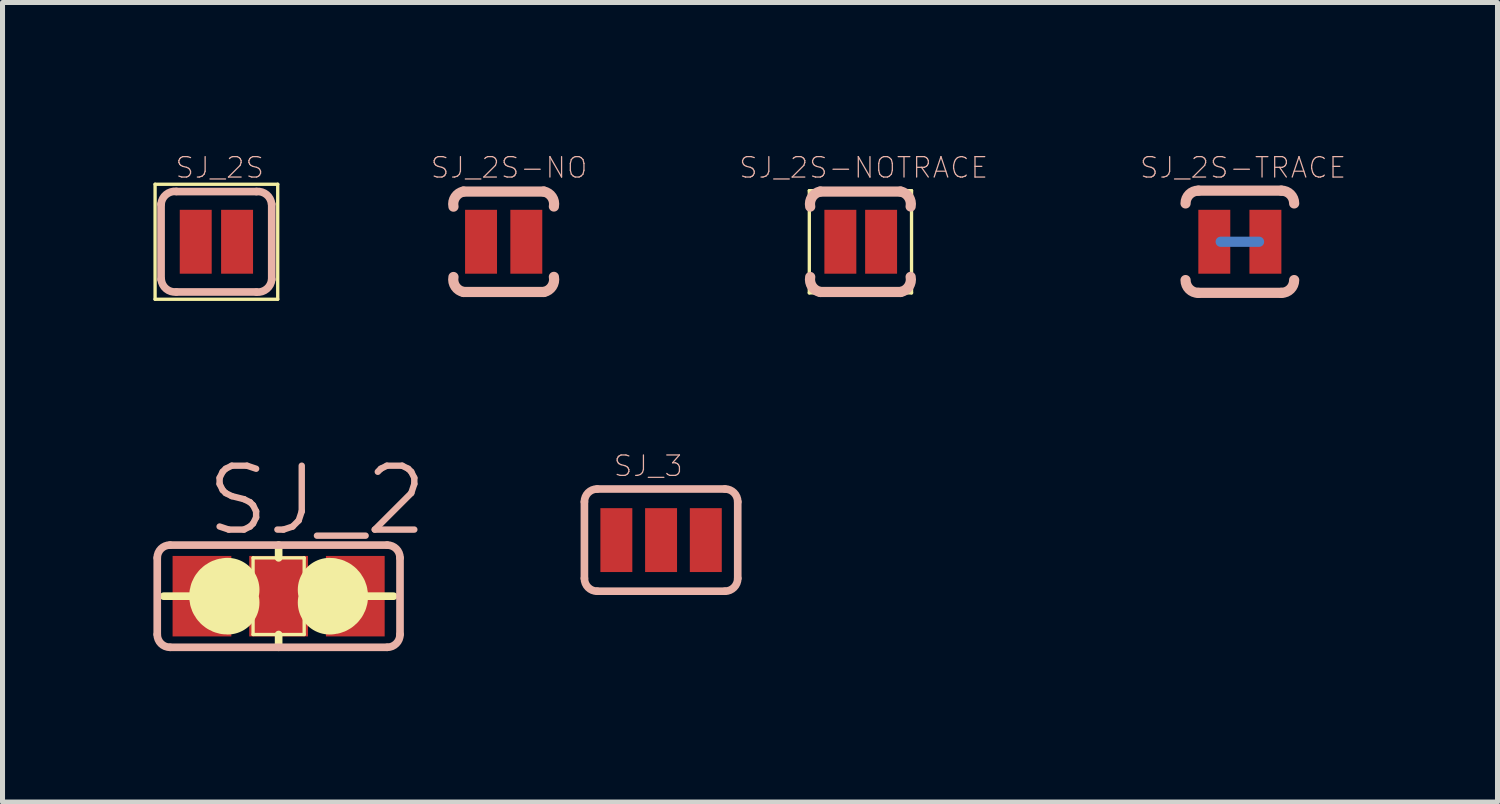
<source format=kicad_pcb>
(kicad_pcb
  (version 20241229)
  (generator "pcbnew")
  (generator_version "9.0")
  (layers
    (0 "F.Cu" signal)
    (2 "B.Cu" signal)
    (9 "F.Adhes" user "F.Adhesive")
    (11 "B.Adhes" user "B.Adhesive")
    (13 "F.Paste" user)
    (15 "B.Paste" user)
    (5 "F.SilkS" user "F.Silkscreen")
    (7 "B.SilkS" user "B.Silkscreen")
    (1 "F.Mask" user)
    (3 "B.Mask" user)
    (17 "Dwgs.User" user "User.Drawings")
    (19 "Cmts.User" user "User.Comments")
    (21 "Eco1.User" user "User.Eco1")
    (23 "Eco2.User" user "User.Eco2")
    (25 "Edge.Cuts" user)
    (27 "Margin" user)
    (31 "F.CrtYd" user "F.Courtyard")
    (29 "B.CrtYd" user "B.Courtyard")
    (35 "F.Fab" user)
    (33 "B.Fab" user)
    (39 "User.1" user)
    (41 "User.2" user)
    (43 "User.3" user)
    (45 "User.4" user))
  (footprint "SJ_2S-NOTRACE"
    (layer "F.Cu")
    (at 14.055 1.756)
    (property "Reference" "SJ_2S-NOTRACE" (at 0.064 -1.473 0) (layer "B.SilkS") (effects (font (size 0.406 0.406) (thickness 0.025))))
    (attr smd)
    (fp_line (start -1.016 -1.016) (end 1.016 -1.016) (stroke (width 0.066) (type solid)) (layer "F.SilkS"))
    (fp_line (start -1.016 1.016) (end -1.016 -1.016) (stroke (width 0.066) (type solid)) (layer "F.SilkS"))
    (fp_line (start -1.016 1.016) (end 1.016 1.016) (stroke (width 0.066) (type solid)) (layer "F.SilkS"))
    (fp_line (start 1.016 1.016) (end 1.016 -1.016) (stroke (width 0.066) (type solid)) (layer "F.SilkS"))
    (fp_line (start -0.798 -0.998) (end 0.798 -0.998) (stroke (width 0.203) (type solid)) (layer "B.SilkS"))
    (fp_line (start 0.798 0.998) (end -0.798 0.998) (stroke (width 0.203) (type solid)) (layer "B.SilkS"))
    (fp_arc (start -0.99822 -0.6985) (mid -0.961234 -0.889392) (end -0.8001 -0.99822) (stroke (width 0.2032) (type solid)) (layer "B.SilkS"))
    (fp_arc (start -0.79756 0.99822) (mid -0.959438 0.891188) (end -0.99822 0.70104) (stroke (width 0.2032) (type solid)) (layer "B.SilkS"))
    (fp_arc (start 0.79756 -0.99822) (mid 0.959438 -0.891188) (end 0.99822 -0.70104) (stroke (width 0.2032) (type solid)) (layer "B.SilkS"))
    (fp_arc (start 0.99822 0.6985) (mid 0.961234 0.889392) (end 0.8001 0.99822) (stroke (width 0.2032) (type solid)) (layer "B.SilkS"))
    (pad "1" smd rect (at -0.399 0 180) (size 0.635 1.27) (layers "F.Cu" "F.Mask" "F.Paste"))
    (pad "2" smd rect (at 0.411 0) (size 0.635 1.27) (layers "F.Cu" "F.Mask" "F.Paste")))
  (footprint "SJ_2S-TRACE"
    (layer "F.Cu")
    (at 21.598 1.756)
    (property "Reference" "SJ_2S-TRACE" (at 0.064 -1.473 0) (layer "B.SilkS") (effects (font (size 0.406 0.406) (thickness 0.025))))
    (attr smd)
    (fp_line (start -0.381 0) (end 0.381 0) (stroke (width 0.203) (type solid)) (layer "B.Cu"))
    (fp_line (start -0.826 -1.016) (end 0.826 -1.016) (stroke (width 0.203) (type solid)) (layer "B.SilkS"))
    (fp_line (start 0.826 1.016) (end -0.826 1.016) (stroke (width 0.203) (type solid)) (layer "B.SilkS"))
    (fp_arc (start -1.0795 -0.762) (mid -1.005105 -0.941605) (end -0.8255 -1.016) (stroke (width 0.2032) (type solid)) (layer "B.SilkS"))
    (fp_arc (start -0.8255 1.016) (mid -1.005105 0.941605) (end -1.0795 0.762) (stroke (width 0.2032) (type solid)) (layer "B.SilkS"))
    (fp_arc (start 0.8255 -1.016) (mid 1.005105 -0.941605) (end 1.0795 -0.762) (stroke (width 0.2032) (type solid)) (layer "B.SilkS"))
    (fp_arc (start 1.0795 0.762) (mid 1.005105 0.941605) (end 0.8255 1.016) (stroke (width 0.2032) (type solid)) (layer "B.SilkS"))
    (pad "1" smd rect (at -0.508 0) (size 0.635 1.27) (layers "F.Cu" "F.Mask" "F.Paste"))
    (pad "2" smd rect (at 0.508 0) (size 0.635 1.27) (layers "F.Cu" "F.Mask" "F.Paste")))
  (footprint "SJ_2"
    (layer "F.Cu")
    (at 2.489 8.802)
    (property "Reference" "SJ_2" (at 0.762 -1.905 0) (layer "B.SilkS") (effects (font (size 1.27 1.27) (thickness 0.127))))
    (attr smd)
    (fp_line (start -1.778 0) (end -2.286 0) (stroke (width 0.152) (type solid)) (layer "F.SilkS"))
    (fp_line (start -0.508 -0.762) (end 0.508 -0.762) (stroke (width 0.066) (type solid)) (layer "F.SilkS"))
    (fp_line (start -0.508 0.762) (end -0.508 -0.762) (stroke (width 0.066) (type solid)) (layer "F.SilkS"))
    (fp_line (start -0.508 0.762) (end 0.508 0.762) (stroke (width 0.066) (type solid)) (layer "F.SilkS"))
    (fp_line (start 0 -0.762) (end 0 -1.016) (stroke (width 0.152) (type solid)) (layer "F.SilkS"))
    (fp_line (start 0 1.016) (end 0 0.762) (stroke (width 0.152) (type solid)) (layer "F.SilkS"))
    (fp_line (start 0.508 0.762) (end 0.508 -0.762) (stroke (width 0.066) (type solid)) (layer "F.SilkS"))
    (fp_line (start 1.778 0) (end 2.286 0) (stroke (width 0.152) (type solid)) (layer "F.SilkS"))
    (fp_arc (start -1.016 0.127) (mid -1.143 0) (end -1.016 -0.127) (stroke (width 1.27) (type solid)) (layer "F.SilkS"))
    (fp_arc (start 1.016 -0.127) (mid 1.143 0) (end 1.016 0.127) (stroke (width 1.27) (type solid)) (layer "F.SilkS"))
    (fp_line (start -2.413 0.762) (end -2.413 -0.762) (stroke (width 0.152) (type solid)) (layer "B.SilkS"))
    (fp_line (start -2.159 -1.016) (end 2.159 -1.016) (stroke (width 0.152) (type solid)) (layer "B.SilkS"))
    (fp_line (start 2.159 1.016) (end -2.159 1.016) (stroke (width 0.152) (type solid)) (layer "B.SilkS"))
    (fp_line (start 2.413 0.762) (end 2.413 -0.762) (stroke (width 0.152) (type solid)) (layer "B.SilkS"))
    (fp_arc (start -2.413 -0.762) (mid -2.338605 -0.941605) (end -2.159 -1.016) (stroke (width 0.1524) (type solid)) (layer "B.SilkS"))
    (fp_arc (start -2.159 1.016) (mid -2.338605 0.941605) (end -2.413 0.762) (stroke (width 0.1524) (type solid)) (layer "B.SilkS"))
    (fp_arc (start 2.159 -1.016) (mid 2.338605 -0.941605) (end 2.413 -0.762) (stroke (width 0.1524) (type solid)) (layer "B.SilkS"))
    (fp_arc (start 2.413 0.762) (mid 2.338605 0.941605) (end 2.159 1.016) (stroke (width 0.1524) (type solid)) (layer "B.SilkS"))
    (pad "1" smd rect (at -1.524 0) (size 1.168 1.6) (layers "F.Cu" "F.Mask" "F.Paste"))
    (pad "2" smd rect (at 0 0) (size 1.168 1.6) (layers "F.Cu" "F.Mask" "F.Paste"))
    (pad "3" smd rect (at 1.524 0) (size 1.168 1.6) (layers "F.Cu" "F.Mask" "F.Paste")))
  (footprint "SJ_2S-NO"
    (layer "F.Cu")
    (at 6.963 1.756)
    (property "Reference" "SJ_2S-NO" (at 0.107 -1.473 0) (layer "B.SilkS") (effects (font (size 0.406 0.406) (thickness 0.025))))
    (attr smd)
    (fp_line (start -0.798 -0.998) (end 0.798 -0.998) (stroke (width 0.203) (type solid)) (layer "B.SilkS"))
    (fp_line (start 0.798 0.998) (end -0.798 0.998) (stroke (width 0.203) (type solid)) (layer "B.SilkS"))
    (fp_arc (start -0.99822 -0.6985) (mid -0.961234 -0.889392) (end -0.8001 -0.99822) (stroke (width 0.2032) (type solid)) (layer "B.SilkS"))
    (fp_arc (start -0.79756 0.99822) (mid -0.959438 0.891188) (end -0.99822 0.70104) (stroke (width 0.2032) (type solid)) (layer "B.SilkS"))
    (fp_arc (start 0.79756 -0.99822) (mid 0.959438 -0.891188) (end 0.99822 -0.70104) (stroke (width 0.2032) (type solid)) (layer "B.SilkS"))
    (fp_arc (start 0.99822 0.6985) (mid 0.961234 0.889392) (end 0.8001 0.99822) (stroke (width 0.2032) (type solid)) (layer "B.SilkS"))
    (pad "1" smd rect (at -0.45 0) (size 0.635 1.27) (layers "F.Cu" "F.Mask" "F.Paste"))
    (pad "2" smd rect (at 0.45 0) (size 0.635 1.27) (layers "F.Cu" "F.Mask" "F.Paste")))
  (footprint "SJ_3"
    (layer "F.Cu")
    (at 10.092 7.687)
    (property "Reference" "SJ_3" (at -0.254 -1.473 0) (layer "B.SilkS") (effects (font (size 0.406 0.406) (thickness 0.025))))
    (attr smd)
    (fp_line (start -1.524 0.762) (end -1.524 -0.762) (stroke (width 0.152) (type solid)) (layer "B.SilkS"))
    (fp_line (start -1.27 -1.016) (end 1.27 -1.016) (stroke (width 0.152) (type solid)) (layer "B.SilkS"))
    (fp_line (start 1.27 1.016) (end -1.27 1.016) (stroke (width 0.152) (type solid)) (layer "B.SilkS"))
    (fp_line (start 1.524 0.762) (end 1.524 -0.762) (stroke (width 0.152) (type solid)) (layer "B.SilkS"))
    (fp_arc (start -1.524 -0.762) (mid -1.449605 -0.941605) (end -1.27 -1.016) (stroke (width 0.1524) (type solid)) (layer "B.SilkS"))
    (fp_arc (start -1.27 1.016) (mid -1.449605 0.941605) (end -1.524 0.762) (stroke (width 0.1524) (type solid)) (layer "B.SilkS"))
    (fp_arc (start 1.27 -1.016) (mid 1.449605 -0.941605) (end 1.524 -0.762) (stroke (width 0.1524) (type solid)) (layer "B.SilkS"))
    (fp_arc (start 1.524 0.762) (mid 1.449605 0.941605) (end 1.27 1.016) (stroke (width 0.1524) (type solid)) (layer "B.SilkS"))
    (pad "1" smd rect (at -0.889 0) (size 0.635 1.27) (layers "F.Cu" "F.Mask" "F.Paste"))
    (pad "2" smd rect (at 0 0) (size 0.635 1.27) (layers "F.Cu" "F.Mask" "F.Paste"))
    (pad "3" smd rect (at 0.889 0) (size 0.635 1.27) (layers "F.Cu" "F.Mask" "F.Paste")))
  (footprint "SJ_2S"
    (layer "F.Cu")
    (at 1.252 1.756)
    (property "Reference" "SJ_2S" (at 0.066 -1.473 0) (layer "B.SilkS") (effects (font (size 0.406 0.406) (thickness 0.025))))
    (attr smd)
    (fp_line (start -1.219 -1.143) (end 1.219 -1.143) (stroke (width 0.066) (type solid)) (layer "F.SilkS"))
    (fp_line (start -1.219 1.143) (end -1.219 -1.143) (stroke (width 0.066) (type solid)) (layer "F.SilkS"))
    (fp_line (start -1.219 1.143) (end 1.219 1.143) (stroke (width 0.066) (type solid)) (layer "F.SilkS"))
    (fp_line (start 1.219 1.143) (end 1.219 -1.143) (stroke (width 0.066) (type solid)) (layer "F.SilkS"))
    (fp_line (start -1.1 0.749) (end -1.1 -0.749) (stroke (width 0.152) (type solid)) (layer "B.SilkS"))
    (fp_line (start -0.798 -0.998) (end 0.798 -0.998) (stroke (width 0.152) (type solid)) (layer "B.SilkS"))
    (fp_line (start 0.798 0.998) (end -0.798 0.998) (stroke (width 0.152) (type solid)) (layer "B.SilkS"))
    (fp_line (start 1.1 0.749) (end 1.1 -0.749) (stroke (width 0.152) (type solid)) (layer "B.SilkS"))
    (fp_arc (start -1.09982 -0.7493) (mid -1.000769 -0.93763) (end -0.79756 -1.00076) (stroke (width 0.1524) (type solid)) (layer "B.SilkS"))
    (fp_arc (start -0.79756 0.99822) (mid -0.999158 0.93568) (end -1.097324 0.748821) (stroke (width 0.1524) (type solid)) (layer "B.SilkS"))
    (fp_arc (start 0.79756 -0.99822) (mid 0.998973 -0.935834) (end 1.09728 -0.7493) (stroke (width 0.1524) (type solid)) (layer "B.SilkS"))
    (fp_arc (start 1.09982 0.7493) (mid 1.000769 0.93763) (end 0.79756 1.00076) (stroke (width 0.1524) (type solid)) (layer "B.SilkS"))
    (pad "1" smd rect (at -0.411 0) (size 0.635 1.27) (layers "F.Cu" "F.Mask" "F.Paste"))
    (pad "2" smd rect (at 0.411 0) (size 0.635 1.27) (layers "F.Cu" "F.Mask" "F.Paste")))
  (gr_rect
    (start -3 -3)
    (end 26.72 12.895)
    (stroke (width 0.1) (type default))
    (fill no)
    (layer "Edge.Cuts")))
</source>
